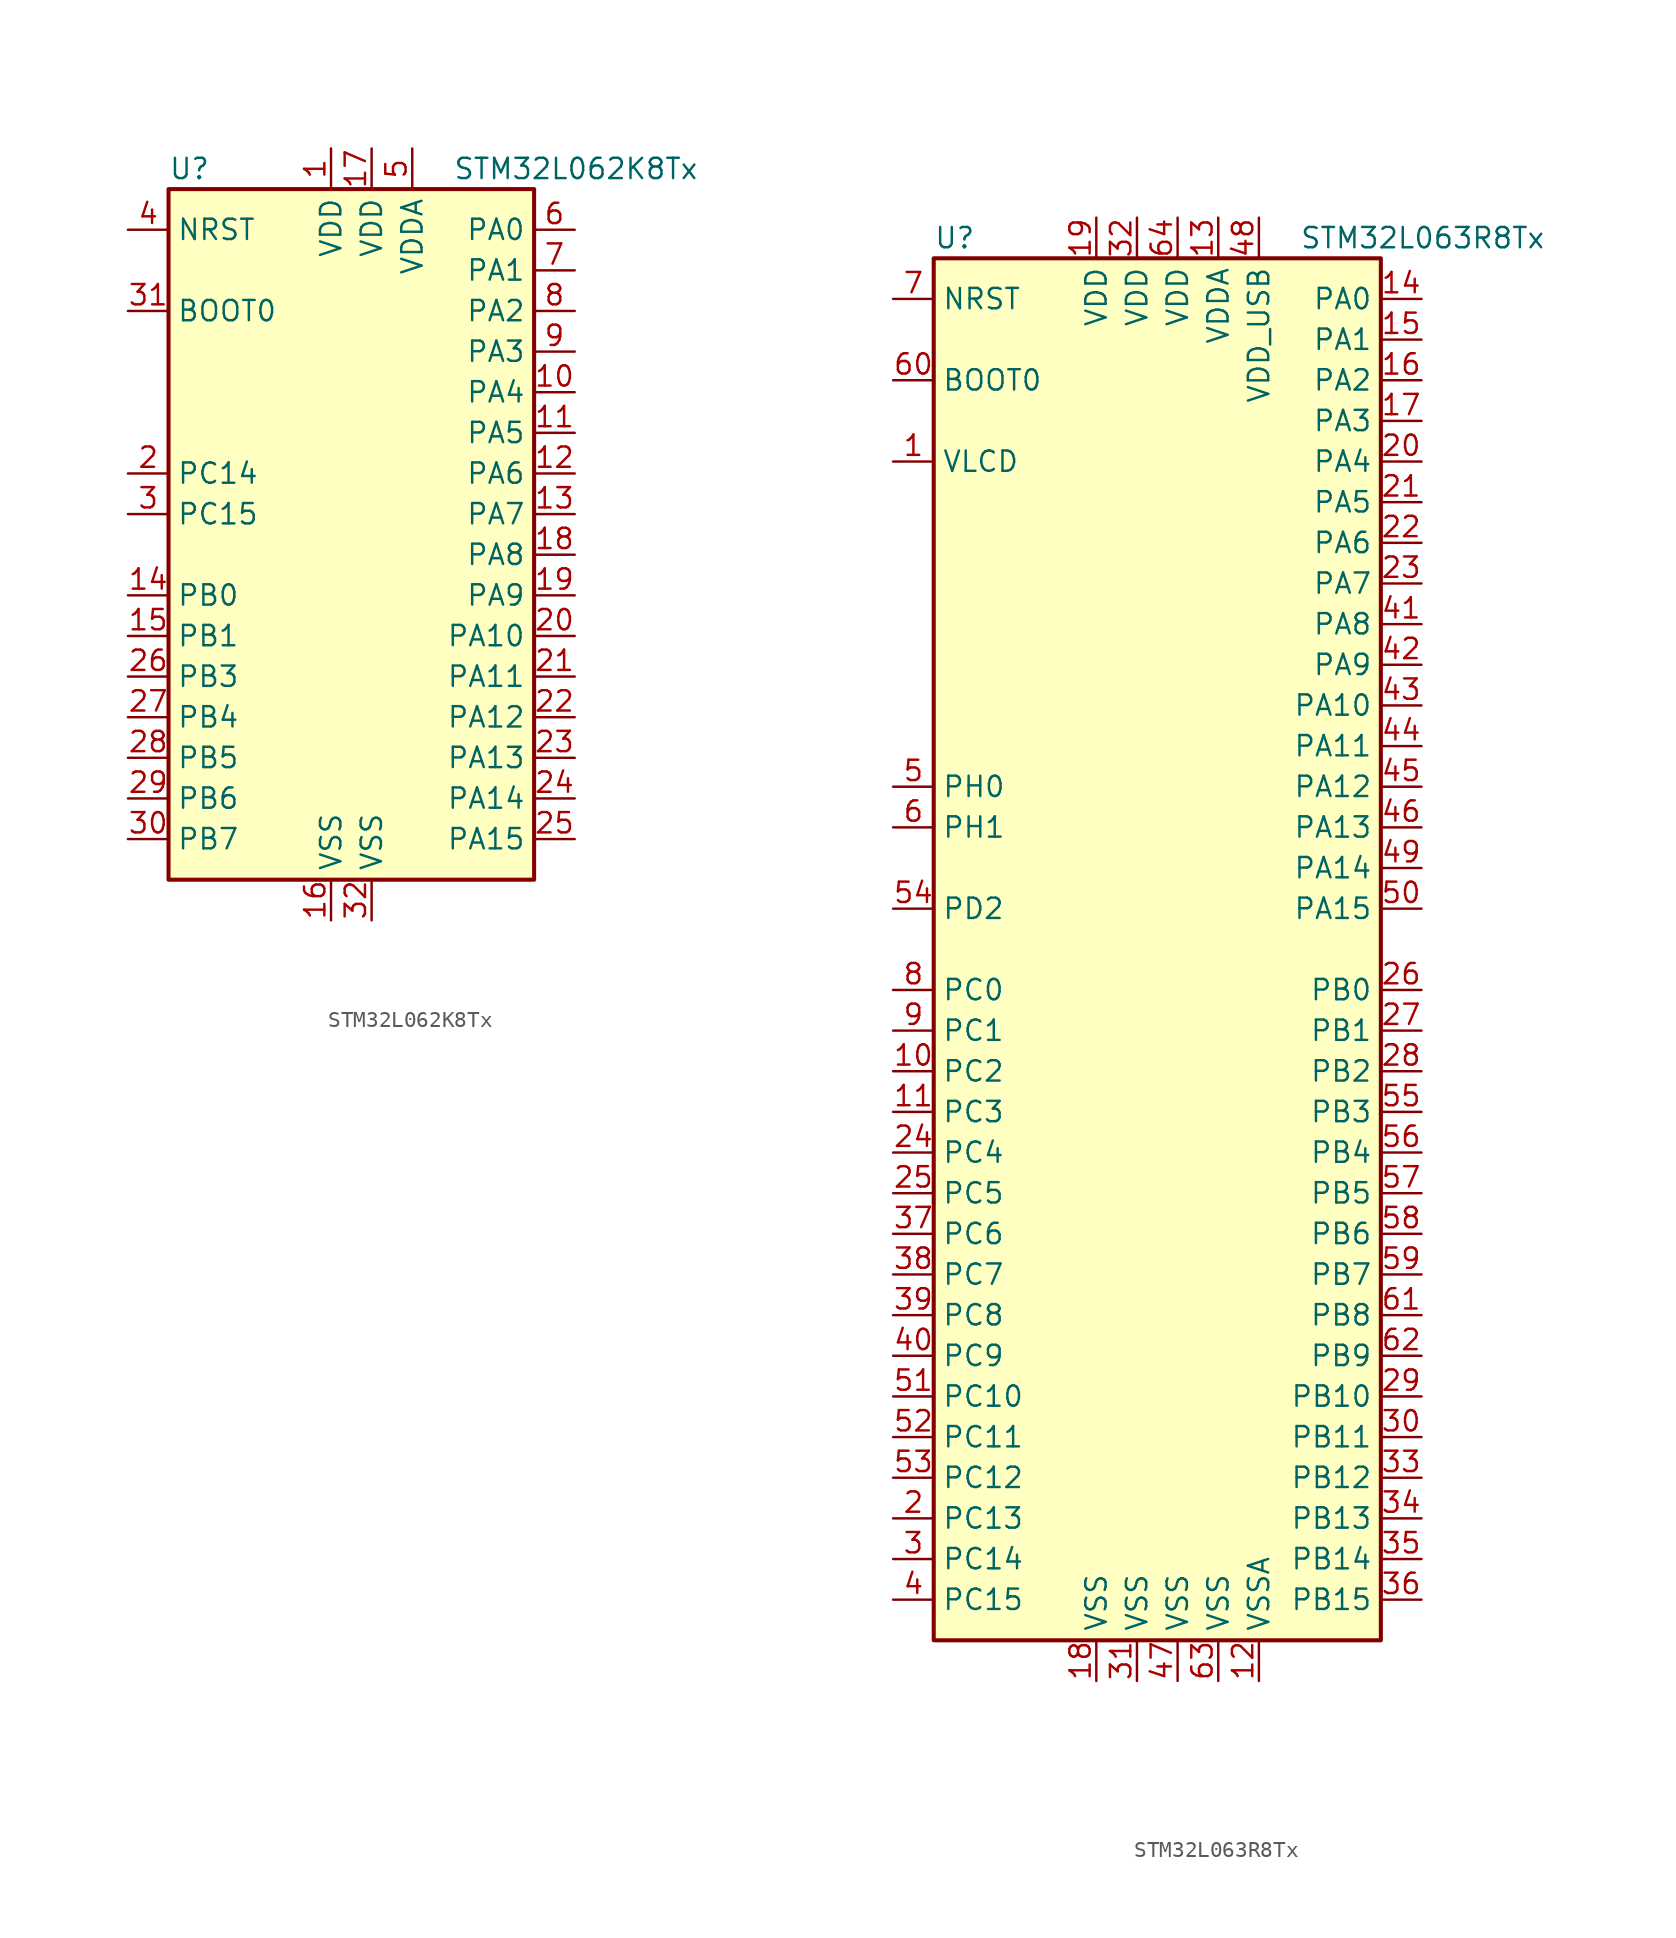
<source format=kicad_sym>
(kicad_symbol_lib
  (version 20201005)
  (generator kicad_symbol_editor)
  (symbol "MCU_ST_STM32L0:STM32L062K8Tx"
    (property "Reference" "U"
      (at -12.7 21.59 0)
      (effects (font (size 1.27 1.27)) (justify left)))
    (property "Value" "STM32L062K8Tx"
      (at 5.08 21.59 0)
      (effects (font (size 1.27 1.27)) (justify left)))
    (symbol "STM32L062K8Tx_0_1"
      (rectangle (start -12.7 -22.86) (end 10.16 20.32) (stroke (width 0.254)) (fill (type background))))
    (symbol "STM32L062K8Tx_1_1"
      (pin input line (at -15.24 12.7 0) (length 2.54) (name "BOOT0" (effects (font (size 1.27 1.27)))) (number "31" (effects (font (size 1.27 1.27)))))
      (pin input line (at -15.24 17.78 0) (length 2.54) (name "NRST" (effects (font (size 1.27 1.27)))) (number "4" (effects (font (size 1.27 1.27)))))
      (pin bidirectional line (at 12.7 17.78 180) (length 2.54) (name "PA0" (effects (font (size 1.27 1.27)))) (number "6" (effects (font (size 1.27 1.27)))))
      (pin bidirectional line (at 12.7 15.24 180) (length 2.54) (name "PA1" (effects (font (size 1.27 1.27)))) (number "7" (effects (font (size 1.27 1.27)))))
      (pin bidirectional line (at 12.7 -7.62 180) (length 2.54) (name "PA10" (effects (font (size 1.27 1.27)))) (number "20" (effects (font (size 1.27 1.27)))))
      (pin bidirectional line (at 12.7 -10.16 180) (length 2.54) (name "PA11" (effects (font (size 1.27 1.27)))) (number "21" (effects (font (size 1.27 1.27)))))
      (pin bidirectional line (at 12.7 -12.7 180) (length 2.54) (name "PA12" (effects (font (size 1.27 1.27)))) (number "22" (effects (font (size 1.27 1.27)))))
      (pin bidirectional line (at 12.7 -15.24 180) (length 2.54) (name "PA13" (effects (font (size 1.27 1.27)))) (number "23" (effects (font (size 1.27 1.27)))))
      (pin bidirectional line (at 12.7 -17.78 180) (length 2.54) (name "PA14" (effects (font (size 1.27 1.27)))) (number "24" (effects (font (size 1.27 1.27)))))
      (pin bidirectional line (at 12.7 -20.32 180) (length 2.54) (name "PA15" (effects (font (size 1.27 1.27)))) (number "25" (effects (font (size 1.27 1.27)))))
      (pin bidirectional line (at 12.7 12.7 180) (length 2.54) (name "PA2" (effects (font (size 1.27 1.27)))) (number "8" (effects (font (size 1.27 1.27)))))
      (pin bidirectional line (at 12.7 10.16 180) (length 2.54) (name "PA3" (effects (font (size 1.27 1.27)))) (number "9" (effects (font (size 1.27 1.27)))))
      (pin bidirectional line (at 12.7 7.62 180) (length 2.54) (name "PA4" (effects (font (size 1.27 1.27)))) (number "10" (effects (font (size 1.27 1.27)))))
      (pin bidirectional line (at 12.7 5.08 180) (length 2.54) (name "PA5" (effects (font (size 1.27 1.27)))) (number "11" (effects (font (size 1.27 1.27)))))
      (pin bidirectional line (at 12.7 2.54 180) (length 2.54) (name "PA6" (effects (font (size 1.27 1.27)))) (number "12" (effects (font (size 1.27 1.27)))))
      (pin bidirectional line (at 12.7 0 180) (length 2.54) (name "PA7" (effects (font (size 1.27 1.27)))) (number "13" (effects (font (size 1.27 1.27)))))
      (pin bidirectional line (at 12.7 -2.54 180) (length 2.54) (name "PA8" (effects (font (size 1.27 1.27)))) (number "18" (effects (font (size 1.27 1.27)))))
      (pin bidirectional line (at 12.7 -5.08 180) (length 2.54) (name "PA9" (effects (font (size 1.27 1.27)))) (number "19" (effects (font (size 1.27 1.27)))))
      (pin bidirectional line (at -15.24 -5.08 0) (length 2.54) (name "PB0" (effects (font (size 1.27 1.27)))) (number "14" (effects (font (size 1.27 1.27)))))
      (pin bidirectional line (at -15.24 -7.62 0) (length 2.54) (name "PB1" (effects (font (size 1.27 1.27)))) (number "15" (effects (font (size 1.27 1.27)))))
      (pin bidirectional line (at -15.24 -10.16 0) (length 2.54) (name "PB3" (effects (font (size 1.27 1.27)))) (number "26" (effects (font (size 1.27 1.27)))))
      (pin bidirectional line (at -15.24 -12.7 0) (length 2.54) (name "PB4" (effects (font (size 1.27 1.27)))) (number "27" (effects (font (size 1.27 1.27)))))
      (pin bidirectional line (at -15.24 -15.24 0) (length 2.54) (name "PB5" (effects (font (size 1.27 1.27)))) (number "28" (effects (font (size 1.27 1.27)))))
      (pin bidirectional line (at -15.24 -17.78 0) (length 2.54) (name "PB6" (effects (font (size 1.27 1.27)))) (number "29" (effects (font (size 1.27 1.27)))))
      (pin bidirectional line (at -15.24 -20.32 0) (length 2.54) (name "PB7" (effects (font (size 1.27 1.27)))) (number "30" (effects (font (size 1.27 1.27)))))
      (pin bidirectional line (at -15.24 2.54 0) (length 2.54) (name "PC14" (effects (font (size 1.27 1.27)))) (number "2" (effects (font (size 1.27 1.27)))))
      (pin bidirectional line (at -15.24 0 0) (length 2.54) (name "PC15" (effects (font (size 1.27 1.27)))) (number "3" (effects (font (size 1.27 1.27)))))
      (pin power_in line (at -2.54 22.86 270) (length 2.54) (name "VDD" (effects (font (size 1.27 1.27)))) (number "1" (effects (font (size 1.27 1.27)))))
      (pin power_in line (at 0 22.86 270) (length 2.54) (name "VDD" (effects (font (size 1.27 1.27)))) (number "17" (effects (font (size 1.27 1.27)))))
      (pin power_in line (at 2.54 22.86 270) (length 2.54) (name "VDDA" (effects (font (size 1.27 1.27)))) (number "5" (effects (font (size 1.27 1.27)))))
      (pin power_in line (at -2.54 -25.4 90) (length 2.54) (name "VSS" (effects (font (size 1.27 1.27)))) (number "16" (effects (font (size 1.27 1.27)))))
      (pin power_in line (at 0 -25.4 90) (length 2.54) (name "VSS" (effects (font (size 1.27 1.27)))) (number "32" (effects (font (size 1.27 1.27)))))))
  (symbol "MCU_ST_STM32L0:STM32L063R8Tx"
    (property "Reference" "U"
      (at -15.24 44.45 0)
      (effects (font (size 1.27 1.27)) (justify left)))
    (property "Value" "STM32L063R8Tx"
      (at 7.62 44.45 0)
      (effects (font (size 1.27 1.27)) (justify left)))
    (symbol "STM32L063R8Tx_0_1"
      (rectangle (start -15.24 -43.18) (end 12.7 43.18) (stroke (width 0.254)) (fill (type background))))
    (symbol "STM32L063R8Tx_1_1"
      (pin input line (at -17.78 35.56 0) (length 2.54) (name "BOOT0" (effects (font (size 1.27 1.27)))) (number "60" (effects (font (size 1.27 1.27)))))
      (pin input line (at -17.78 40.64 0) (length 2.54) (name "NRST" (effects (font (size 1.27 1.27)))) (number "7" (effects (font (size 1.27 1.27)))))
      (pin bidirectional line (at 15.24 40.64 180) (length 2.54) (name "PA0" (effects (font (size 1.27 1.27)))) (number "14" (effects (font (size 1.27 1.27)))))
      (pin bidirectional line (at 15.24 38.1 180) (length 2.54) (name "PA1" (effects (font (size 1.27 1.27)))) (number "15" (effects (font (size 1.27 1.27)))))
      (pin bidirectional line (at 15.24 15.24 180) (length 2.54) (name "PA10" (effects (font (size 1.27 1.27)))) (number "43" (effects (font (size 1.27 1.27)))))
      (pin bidirectional line (at 15.24 12.7 180) (length 2.54) (name "PA11" (effects (font (size 1.27 1.27)))) (number "44" (effects (font (size 1.27 1.27)))))
      (pin bidirectional line (at 15.24 10.16 180) (length 2.54) (name "PA12" (effects (font (size 1.27 1.27)))) (number "45" (effects (font (size 1.27 1.27)))))
      (pin bidirectional line (at 15.24 7.62 180) (length 2.54) (name "PA13" (effects (font (size 1.27 1.27)))) (number "46" (effects (font (size 1.27 1.27)))))
      (pin bidirectional line (at 15.24 5.08 180) (length 2.54) (name "PA14" (effects (font (size 1.27 1.27)))) (number "49" (effects (font (size 1.27 1.27)))))
      (pin bidirectional line (at 15.24 2.54 180) (length 2.54) (name "PA15" (effects (font (size 1.27 1.27)))) (number "50" (effects (font (size 1.27 1.27)))))
      (pin bidirectional line (at 15.24 35.56 180) (length 2.54) (name "PA2" (effects (font (size 1.27 1.27)))) (number "16" (effects (font (size 1.27 1.27)))))
      (pin bidirectional line (at 15.24 33.02 180) (length 2.54) (name "PA3" (effects (font (size 1.27 1.27)))) (number "17" (effects (font (size 1.27 1.27)))))
      (pin bidirectional line (at 15.24 30.48 180) (length 2.54) (name "PA4" (effects (font (size 1.27 1.27)))) (number "20" (effects (font (size 1.27 1.27)))))
      (pin bidirectional line (at 15.24 27.94 180) (length 2.54) (name "PA5" (effects (font (size 1.27 1.27)))) (number "21" (effects (font (size 1.27 1.27)))))
      (pin bidirectional line (at 15.24 25.4 180) (length 2.54) (name "PA6" (effects (font (size 1.27 1.27)))) (number "22" (effects (font (size 1.27 1.27)))))
      (pin bidirectional line (at 15.24 22.86 180) (length 2.54) (name "PA7" (effects (font (size 1.27 1.27)))) (number "23" (effects (font (size 1.27 1.27)))))
      (pin bidirectional line (at 15.24 20.32 180) (length 2.54) (name "PA8" (effects (font (size 1.27 1.27)))) (number "41" (effects (font (size 1.27 1.27)))))
      (pin bidirectional line (at 15.24 17.78 180) (length 2.54) (name "PA9" (effects (font (size 1.27 1.27)))) (number "42" (effects (font (size 1.27 1.27)))))
      (pin bidirectional line (at 15.24 -2.54 180) (length 2.54) (name "PB0" (effects (font (size 1.27 1.27)))) (number "26" (effects (font (size 1.27 1.27)))))
      (pin bidirectional line (at 15.24 -5.08 180) (length 2.54) (name "PB1" (effects (font (size 1.27 1.27)))) (number "27" (effects (font (size 1.27 1.27)))))
      (pin bidirectional line (at 15.24 -27.94 180) (length 2.54) (name "PB10" (effects (font (size 1.27 1.27)))) (number "29" (effects (font (size 1.27 1.27)))))
      (pin bidirectional line (at 15.24 -30.48 180) (length 2.54) (name "PB11" (effects (font (size 1.27 1.27)))) (number "30" (effects (font (size 1.27 1.27)))))
      (pin bidirectional line (at 15.24 -33.02 180) (length 2.54) (name "PB12" (effects (font (size 1.27 1.27)))) (number "33" (effects (font (size 1.27 1.27)))))
      (pin bidirectional line (at 15.24 -35.56 180) (length 2.54) (name "PB13" (effects (font (size 1.27 1.27)))) (number "34" (effects (font (size 1.27 1.27)))))
      (pin bidirectional line (at 15.24 -38.1 180) (length 2.54) (name "PB14" (effects (font (size 1.27 1.27)))) (number "35" (effects (font (size 1.27 1.27)))))
      (pin bidirectional line (at 15.24 -40.64 180) (length 2.54) (name "PB15" (effects (font (size 1.27 1.27)))) (number "36" (effects (font (size 1.27 1.27)))))
      (pin bidirectional line (at 15.24 -7.62 180) (length 2.54) (name "PB2" (effects (font (size 1.27 1.27)))) (number "28" (effects (font (size 1.27 1.27)))))
      (pin bidirectional line (at 15.24 -10.16 180) (length 2.54) (name "PB3" (effects (font (size 1.27 1.27)))) (number "55" (effects (font (size 1.27 1.27)))))
      (pin bidirectional line (at 15.24 -12.7 180) (length 2.54) (name "PB4" (effects (font (size 1.27 1.27)))) (number "56" (effects (font (size 1.27 1.27)))))
      (pin bidirectional line (at 15.24 -15.24 180) (length 2.54) (name "PB5" (effects (font (size 1.27 1.27)))) (number "57" (effects (font (size 1.27 1.27)))))
      (pin bidirectional line (at 15.24 -17.78 180) (length 2.54) (name "PB6" (effects (font (size 1.27 1.27)))) (number "58" (effects (font (size 1.27 1.27)))))
      (pin bidirectional line (at 15.24 -20.32 180) (length 2.54) (name "PB7" (effects (font (size 1.27 1.27)))) (number "59" (effects (font (size 1.27 1.27)))))
      (pin bidirectional line (at 15.24 -22.86 180) (length 2.54) (name "PB8" (effects (font (size 1.27 1.27)))) (number "61" (effects (font (size 1.27 1.27)))))
      (pin bidirectional line (at 15.24 -25.4 180) (length 2.54) (name "PB9" (effects (font (size 1.27 1.27)))) (number "62" (effects (font (size 1.27 1.27)))))
      (pin bidirectional line (at -17.78 -2.54 0) (length 2.54) (name "PC0" (effects (font (size 1.27 1.27)))) (number "8" (effects (font (size 1.27 1.27)))))
      (pin bidirectional line (at -17.78 -5.08 0) (length 2.54) (name "PC1" (effects (font (size 1.27 1.27)))) (number "9" (effects (font (size 1.27 1.27)))))
      (pin bidirectional line (at -17.78 -27.94 0) (length 2.54) (name "PC10" (effects (font (size 1.27 1.27)))) (number "51" (effects (font (size 1.27 1.27)))))
      (pin bidirectional line (at -17.78 -30.48 0) (length 2.54) (name "PC11" (effects (font (size 1.27 1.27)))) (number "52" (effects (font (size 1.27 1.27)))))
      (pin bidirectional line (at -17.78 -33.02 0) (length 2.54) (name "PC12" (effects (font (size 1.27 1.27)))) (number "53" (effects (font (size 1.27 1.27)))))
      (pin bidirectional line (at -17.78 -35.56 0) (length 2.54) (name "PC13" (effects (font (size 1.27 1.27)))) (number "2" (effects (font (size 1.27 1.27)))))
      (pin bidirectional line (at -17.78 -38.1 0) (length 2.54) (name "PC14" (effects (font (size 1.27 1.27)))) (number "3" (effects (font (size 1.27 1.27)))))
      (pin bidirectional line (at -17.78 -40.64 0) (length 2.54) (name "PC15" (effects (font (size 1.27 1.27)))) (number "4" (effects (font (size 1.27 1.27)))))
      (pin bidirectional line (at -17.78 -7.62 0) (length 2.54) (name "PC2" (effects (font (size 1.27 1.27)))) (number "10" (effects (font (size 1.27 1.27)))))
      (pin bidirectional line (at -17.78 -10.16 0) (length 2.54) (name "PC3" (effects (font (size 1.27 1.27)))) (number "11" (effects (font (size 1.27 1.27)))))
      (pin bidirectional line (at -17.78 -12.7 0) (length 2.54) (name "PC4" (effects (font (size 1.27 1.27)))) (number "24" (effects (font (size 1.27 1.27)))))
      (pin bidirectional line (at -17.78 -15.24 0) (length 2.54) (name "PC5" (effects (font (size 1.27 1.27)))) (number "25" (effects (font (size 1.27 1.27)))))
      (pin bidirectional line (at -17.78 -17.78 0) (length 2.54) (name "PC6" (effects (font (size 1.27 1.27)))) (number "37" (effects (font (size 1.27 1.27)))))
      (pin bidirectional line (at -17.78 -20.32 0) (length 2.54) (name "PC7" (effects (font (size 1.27 1.27)))) (number "38" (effects (font (size 1.27 1.27)))))
      (pin bidirectional line (at -17.78 -22.86 0) (length 2.54) (name "PC8" (effects (font (size 1.27 1.27)))) (number "39" (effects (font (size 1.27 1.27)))))
      (pin bidirectional line (at -17.78 -25.4 0) (length 2.54) (name "PC9" (effects (font (size 1.27 1.27)))) (number "40" (effects (font (size 1.27 1.27)))))
      (pin bidirectional line (at -17.78 2.54 0) (length 2.54) (name "PD2" (effects (font (size 1.27 1.27)))) (number "54" (effects (font (size 1.27 1.27)))))
      (pin input line (at -17.78 10.16 0) (length 2.54) (name "PH0" (effects (font (size 1.27 1.27)))) (number "5" (effects (font (size 1.27 1.27)))))
      (pin input line (at -17.78 7.62 0) (length 2.54) (name "PH1" (effects (font (size 1.27 1.27)))) (number "6" (effects (font (size 1.27 1.27)))))
      (pin power_in line (at -5.08 45.72 270) (length 2.54) (name "VDD" (effects (font (size 1.27 1.27)))) (number "19" (effects (font (size 1.27 1.27)))))
      (pin power_in line (at -2.54 45.72 270) (length 2.54) (name "VDD" (effects (font (size 1.27 1.27)))) (number "32" (effects (font (size 1.27 1.27)))))
      (pin power_in line (at 0 45.72 270) (length 2.54) (name "VDD" (effects (font (size 1.27 1.27)))) (number "64" (effects (font (size 1.27 1.27)))))
      (pin power_in line (at 2.54 45.72 270) (length 2.54) (name "VDDA" (effects (font (size 1.27 1.27)))) (number "13" (effects (font (size 1.27 1.27)))))
      (pin power_in line (at 5.08 45.72 270) (length 2.54) (name "VDD_USB" (effects (font (size 1.27 1.27)))) (number "48" (effects (font (size 1.27 1.27)))))
      (pin power_in line (at -17.78 30.48 0) (length 2.54) (name "VLCD" (effects (font (size 1.27 1.27)))) (number "1" (effects (font (size 1.27 1.27)))))
      (pin power_in line (at -5.08 -45.72 90) (length 2.54) (name "VSS" (effects (font (size 1.27 1.27)))) (number "18" (effects (font (size 1.27 1.27)))))
      (pin power_in line (at -2.54 -45.72 90) (length 2.54) (name "VSS" (effects (font (size 1.27 1.27)))) (number "31" (effects (font (size 1.27 1.27)))))
      (pin power_in line (at 0 -45.72 90) (length 2.54) (name "VSS" (effects (font (size 1.27 1.27)))) (number "47" (effects (font (size 1.27 1.27)))))
      (pin power_in line (at 2.54 -45.72 90) (length 2.54) (name "VSS" (effects (font (size 1.27 1.27)))) (number "63" (effects (font (size 1.27 1.27)))))
      (pin power_in line (at 5.08 -45.72 90) (length 2.54) (name "VSSA" (effects (font (size 1.27 1.27)))) (number "12" (effects (font (size 1.27 1.27))))))))
</source>
